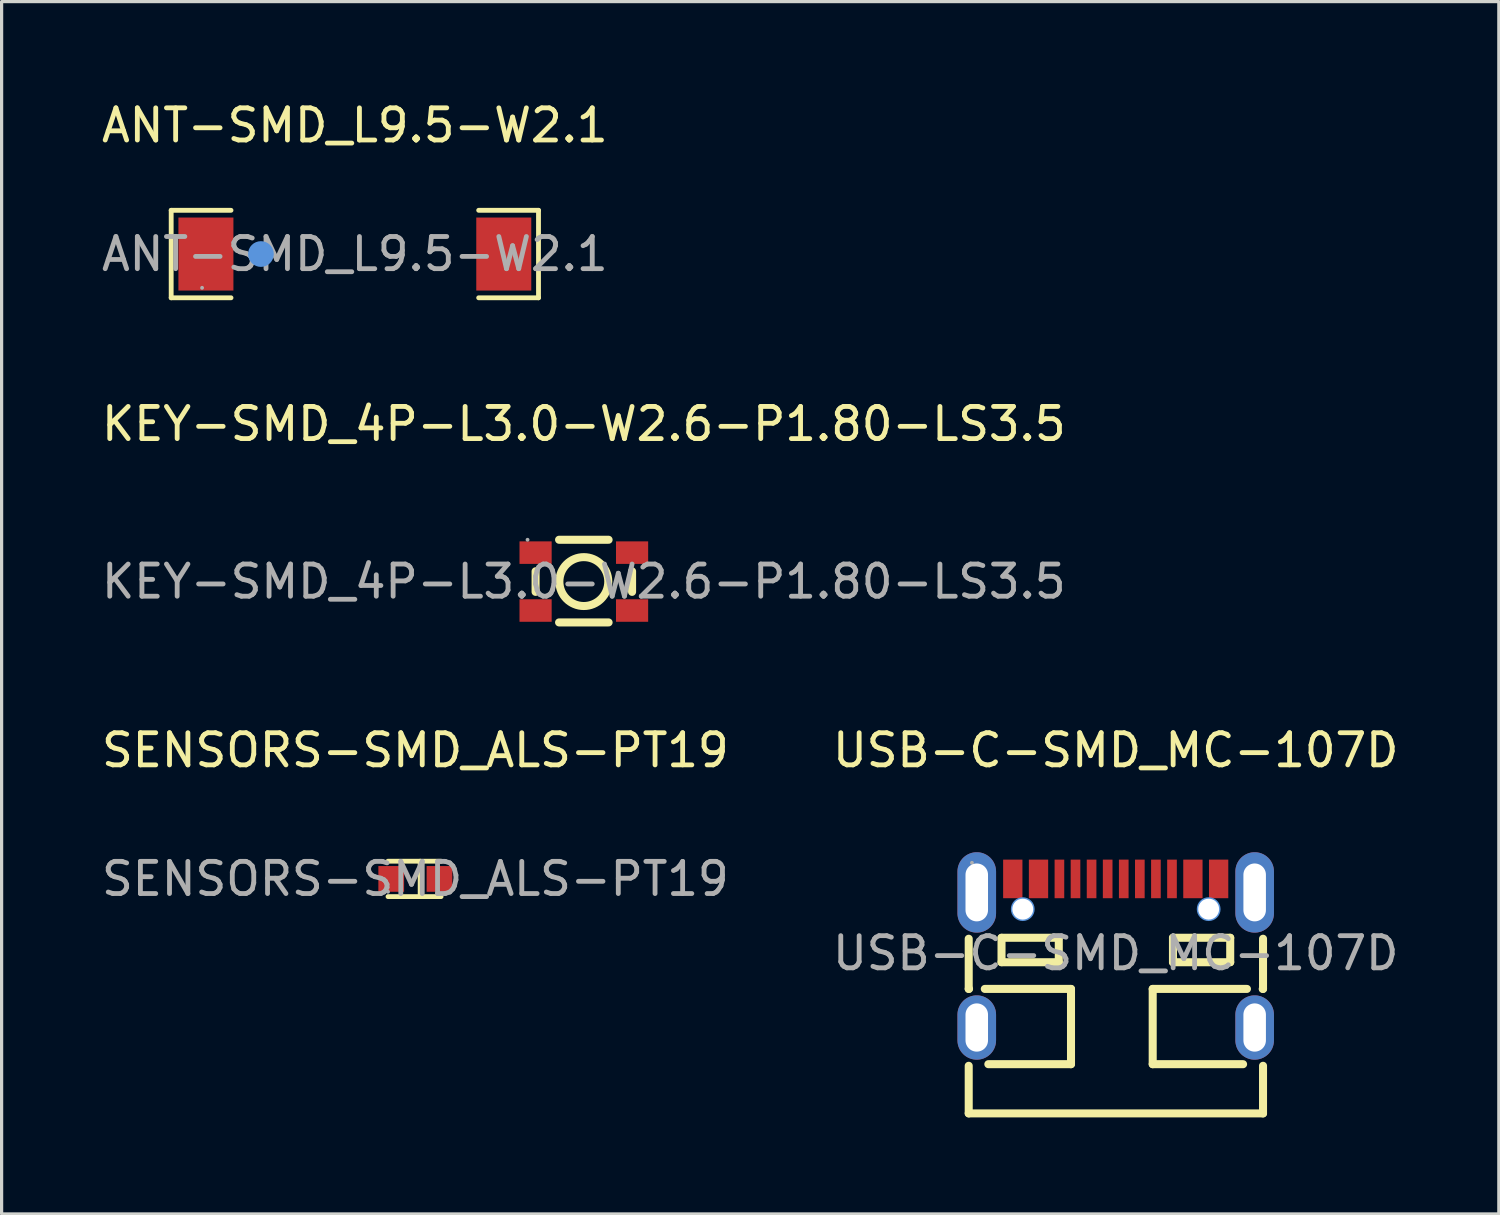
<source format=kicad_pcb>
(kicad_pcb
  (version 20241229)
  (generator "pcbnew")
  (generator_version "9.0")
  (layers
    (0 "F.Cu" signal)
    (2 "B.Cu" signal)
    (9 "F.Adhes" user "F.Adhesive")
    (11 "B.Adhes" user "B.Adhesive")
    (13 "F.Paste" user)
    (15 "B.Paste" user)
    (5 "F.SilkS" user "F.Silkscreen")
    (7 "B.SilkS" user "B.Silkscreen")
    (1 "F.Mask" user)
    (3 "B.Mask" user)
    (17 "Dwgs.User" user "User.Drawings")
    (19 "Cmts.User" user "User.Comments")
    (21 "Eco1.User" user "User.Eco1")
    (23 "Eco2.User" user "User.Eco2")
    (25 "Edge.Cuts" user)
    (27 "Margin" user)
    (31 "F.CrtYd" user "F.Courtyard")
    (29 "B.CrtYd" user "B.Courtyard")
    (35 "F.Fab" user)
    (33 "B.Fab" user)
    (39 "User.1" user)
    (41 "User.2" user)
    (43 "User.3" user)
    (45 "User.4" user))
  (footprint "ANT-SMD_L9.5-W2.1"
    (layer "F.Cu")
    (at 7.982 4.848)
    (property "Reference" "ANT-SMD_L9.5-W2.1" (at 0 -4 0) (layer "F.SilkS") (effects (font (size 1 1) (thickness 0.15))))
    (attr smd)
    (fp_line (start -5.71 -1.36) (end -3.85 -1.36) (stroke (width 0.15) (type solid)) (layer "F.SilkS"))
    (fp_line (start -5.71 1.36) (end -5.71 -1.36) (stroke (width 0.15) (type solid)) (layer "F.SilkS"))
    (fp_line (start -3.85 1.36) (end -5.71 1.36) (stroke (width 0.15) (type solid)) (layer "F.SilkS"))
    (fp_line (start 3.85 1.36) (end 5.71 1.36) (stroke (width 0.15) (type solid)) (layer "F.SilkS"))
    (fp_line (start 5.71 -1.36) (end 3.85 -1.36) (stroke (width 0.15) (type solid)) (layer "F.SilkS"))
    (fp_line (start 5.71 1.36) (end 5.71 -1.36) (stroke (width 0.15) (type solid)) (layer "F.SilkS"))
    (fp_circle (center -2.92 0) (end -2.72 0) (stroke (width 0.4) (type solid)) (fill no) (layer "Cmts.User"))
    (fp_circle (center -4.75 1.05) (end -4.72 1.05) (stroke (width 0.06) (type solid)) (fill no) (layer "F.Fab"))
    (fp_text user "${REFERENCE}" (at 0 0 0) (layer "F.Fab") (effects (font (size 1 1) (thickness 0.15))))
    (pad "1" smd rect (at -4.63 0) (size 1.71 2.27) (layers "F.Cu" "F.Mask" "F.Paste"))
    (pad "2" smd rect (at 4.63 0) (size 1.71 2.27) (layers "F.Cu" "F.Mask" "F.Paste")))
  (footprint "SENSORS-SMD_ALS-PT19"
    (layer "F.Cu")
    (at 9.863 24.275)
    (property "Reference" "SENSORS-SMD_ALS-PT19" (at 0 -4 0) (layer "F.SilkS") (effects (font (size 1 1) (thickness 0.15))))
    (attr smd)
    (fp_line (start -0.85 -0.55) (end 0.8 -0.55) (stroke (width 0.15) (type solid)) (layer "F.SilkS"))
    (fp_line (start -0.85 0.55) (end 0.8 0.55) (stroke (width 0.15) (type solid)) (layer "F.SilkS"))
    (fp_line (start 0.15 -0.55) (end 0.15 0.55) (stroke (width 0.15) (type solid)) (layer "F.SilkS"))
    (fp_circle (center -0.85 0.4) (end -0.82 0.4) (stroke (width 0.06) (type solid)) (fill no) (layer "F.Fab"))
    (fp_text user "${REFERENCE}" (at 0 0 0) (layer "F.Fab") (effects (font (size 1 1) (thickness 0.15))))
    (pad "1" smd rect (at -0.75 0 180) (size 0.8 0.8) (layers "F.Cu" "F.Mask" "F.Paste"))
    (pad "2" smd rect (at 0.75 0 180) (size 0.8 0.8) (layers "F.Cu" "F.Mask" "F.Paste")))
  (footprint "USB-C-SMD_MC-107D"
    (layer "F.Cu")
    (at 31.637 26.585)
    (property "Reference" "USB-C-SMD_MC-107D" (at 0 -6.31 0) (layer "F.SilkS") (effects (font (size 1 1) (thickness 0.15))))
    (attr smd)
    (fp_line (start -4.57 -0.45) (end -4.57 1.11) (stroke (width 0.25) (type solid)) (layer "F.SilkS"))
    (fp_line (start -4.57 1.11) (end -4.56 1.11) (stroke (width 0.25) (type solid)) (layer "F.SilkS"))
    (fp_line (start -4.57 3.5) (end -4.57 4.98) (stroke (width 0.25) (type solid)) (layer "F.SilkS"))
    (fp_line (start -4.57 4.98) (end 4.58 4.98) (stroke (width 0.25) (type solid)) (layer "F.SilkS"))
    (fp_line (start -4.07 1.11) (end -1.39 1.11) (stroke (width 0.25) (type solid)) (layer "F.SilkS"))
    (fp_line (start -3.55 -0.48) (end -3.55 0.28) (stroke (width 0.25) (type solid)) (layer "F.SilkS"))
    (fp_line (start -3.55 0.28) (end -1.77 0.28) (stroke (width 0.25) (type solid)) (layer "F.SilkS"))
    (fp_line (start -1.77 -0.48) (end -3.55 -0.48) (stroke (width 0.25) (type solid)) (layer "F.SilkS"))
    (fp_line (start -1.77 0.28) (end -1.77 -0.48) (stroke (width 0.25) (type solid)) (layer "F.SilkS"))
    (fp_line (start -1.39 1.11) (end -1.39 3.45) (stroke (width 0.25) (type solid)) (layer "F.SilkS"))
    (fp_line (start -1.39 3.45) (end -3.96 3.45) (stroke (width 0.25) (type solid)) (layer "F.SilkS"))
    (fp_line (start 1.15 1.11) (end 1.15 3.45) (stroke (width 0.25) (type solid)) (layer "F.SilkS"))
    (fp_line (start 1.15 3.45) (end 3.96 3.45) (stroke (width 0.25) (type solid)) (layer "F.SilkS"))
    (fp_line (start 1.78 -0.48) (end 1.78 0.28) (stroke (width 0.25) (type solid)) (layer "F.SilkS"))
    (fp_line (start 1.78 0.28) (end 3.56 0.28) (stroke (width 0.25) (type solid)) (layer "F.SilkS"))
    (fp_line (start 3.56 -0.48) (end 1.78 -0.48) (stroke (width 0.25) (type solid)) (layer "F.SilkS"))
    (fp_line (start 3.56 0.28) (end 3.56 -0.48) (stroke (width 0.25) (type solid)) (layer "F.SilkS"))
    (fp_line (start 4.08 1.11) (end 1.15 1.11) (stroke (width 0.25) (type solid)) (layer "F.SilkS"))
    (fp_line (start 4.58 1.11) (end 4.57 1.11) (stroke (width 0.25) (type solid)) (layer "F.SilkS"))
    (fp_line (start 4.58 1.11) (end 4.58 -0.45) (stroke (width 0.25) (type solid)) (layer "F.SilkS"))
    (fp_line (start 4.58 4.98) (end 4.58 3.5) (stroke (width 0.25) (type solid)) (layer "F.SilkS"))
    (fp_circle (center -2.89 -1.37) (end -2.77 -1.37) (stroke (width 0.25) (type solid)) (fill no) (layer "Cmts.User"))
    (fp_circle (center 2.89 -1.37) (end 3.01 -1.37) (stroke (width 0.25) (type solid)) (fill no) (layer "Cmts.User"))
    (fp_circle (center -4.47 -2.81) (end -4.44 -2.81) (stroke (width 0.06) (type solid)) (fill no) (layer "F.Fab"))
    (fp_text user "${REFERENCE}" (at 0 0 0) (layer "F.Fab") (effects (font (size 1 1) (thickness 0.15))))
    (pad "" thru_hole circle (at -2.89 -1.37) (size 0.65 0.65) (drill 0.65) (layers "*.Cu" "*.Mask"))
    (pad "" thru_hole circle (at 2.89 -1.37) (size 0.65 0.65) (drill 0.65) (layers "*.Cu" "*.Mask"))
    (pad "0" thru_hole oval (at -4.32 -1.89) (size 1.2 2.5) (drill oval 0.7 1.8) (layers "*.Cu" "*.Mask"))
    (pad "0" thru_hole oval (at -4.32 2.31) (size 1.2 2) (drill oval 0.7 1.5) (layers "*.Cu" "*.Mask"))
    (pad "0" thru_hole oval (at 4.32 -1.89) (size 1.2 2.5) (drill oval 0.7 1.8) (layers "*.Cu" "*.Mask"))
    (pad "0" thru_hole oval (at 4.32 2.31) (size 1.2 2) (drill oval 0.7 1.5) (layers "*.Cu" "*.Mask"))
    (pad "A1B12" smd rect (at -3.2 -2.31) (size 0.6 1.2) (layers "F.Cu" "F.Mask" "F.Paste"))
    (pad "A4B9" smd rect (at -2.4 -2.31) (size 0.6 1.2) (layers "F.Cu" "F.Mask" "F.Paste"))
    (pad "A5" smd rect (at -1.25 -2.31) (size 0.3 1.2) (layers "F.Cu" "F.Mask" "F.Paste"))
    (pad "A6" smd rect (at -0.25 -2.31) (size 0.3 1.2) (layers "F.Cu" "F.Mask" "F.Paste"))
    (pad "A7" smd rect (at 0.25 -2.31) (size 0.3 1.2) (layers "F.Cu" "F.Mask" "F.Paste"))
    (pad "A8" smd rect (at 1.25 -2.31) (size 0.3 1.2) (layers "F.Cu" "F.Mask" "F.Paste"))
    (pad "B1A12" smd rect (at 3.2 -2.31) (size 0.6 1.2) (layers "F.Cu" "F.Mask" "F.Paste"))
    (pad "B4A9" smd rect (at 2.4 -2.31) (size 0.6 1.2) (layers "F.Cu" "F.Mask" "F.Paste"))
    (pad "B5" smd rect (at 1.75 -2.31) (size 0.3 1.2) (layers "F.Cu" "F.Mask" "F.Paste"))
    (pad "B6" smd rect (at 0.75 -2.31) (size 0.3 1.2) (layers "F.Cu" "F.Mask" "F.Paste"))
    (pad "B7" smd rect (at -0.75 -2.31) (size 0.3 1.2) (layers "F.Cu" "F.Mask" "F.Paste"))
    (pad "B8" smd rect (at -1.75 -2.31) (size 0.3 1.2) (layers "F.Cu" "F.Mask" "F.Paste")))
  (footprint "KEY-SMD_4P-L3.0-W2.6-P1.80-LS3.5"
    (layer "F.Cu")
    (at 15.101 15.031)
    (property "Reference" "KEY-SMD_4P-L3.0-W2.6-P1.80-LS3.5" (at 0 -4.9 0) (layer "F.SilkS") (effects (font (size 1 1) (thickness 0.15))))
    (attr smd)
    (fp_line (start -1.5 -0.32) (end -1.5 0.32) (stroke (width 0.25) (type solid)) (layer "F.SilkS"))
    (fp_line (start -0.77 -1.3) (end 0.77 -1.3) (stroke (width 0.25) (type solid)) (layer "F.SilkS"))
    (fp_line (start -0.77 1.27) (end 0.77 1.27) (stroke (width 0.25) (type solid)) (layer "F.SilkS"))
    (fp_line (start 1.5 -0.32) (end 1.5 0.32) (stroke (width 0.25) (type solid)) (layer "F.SilkS"))
    (fp_circle (center 0 0) (end 0.76 0) (stroke (width 0.25) (type solid)) (fill no) (layer "F.SilkS"))
    (fp_circle (center -1.75 -1.3) (end -1.72 -1.3) (stroke (width 0.06) (type solid)) (fill no) (layer "F.Fab"))
    (fp_text user "${REFERENCE}" (at 0 0 0) (layer "F.Fab") (effects (font (size 1 1) (thickness 0.15))))
    (pad "1" smd rect (at -1.5 -0.9) (size 1 0.7) (layers "F.Cu" "F.Mask" "F.Paste"))
    (pad "2" smd rect (at 1.5 -0.9 180) (size 1 0.7) (layers "F.Cu" "F.Mask" "F.Paste"))
    (pad "3" smd rect (at -1.5 0.9 180) (size 1 0.7) (layers "F.Cu" "F.Mask" "F.Paste"))
    (pad "4" smd rect (at 1.5 0.9 180) (size 1 0.7) (layers "F.Cu" "F.Mask" "F.Paste")))
  (gr_rect
    (start -3 -3)
    (end 43.548 34.69)
    (stroke (width 0.1) (type default))
    (fill no)
    (layer "Edge.Cuts")))
</source>
